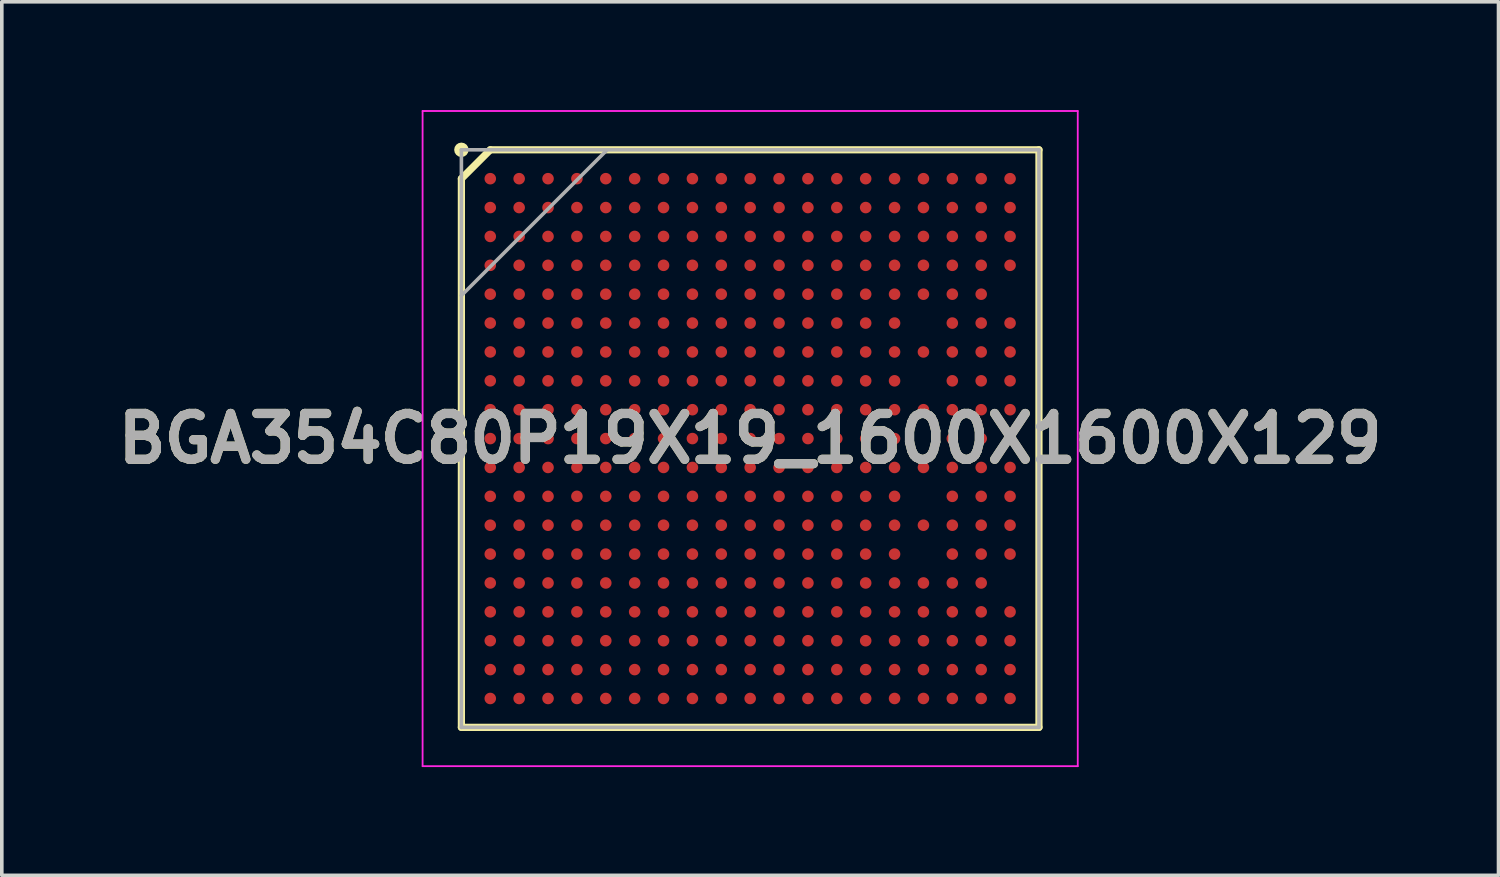
<source format=kicad_pcb>
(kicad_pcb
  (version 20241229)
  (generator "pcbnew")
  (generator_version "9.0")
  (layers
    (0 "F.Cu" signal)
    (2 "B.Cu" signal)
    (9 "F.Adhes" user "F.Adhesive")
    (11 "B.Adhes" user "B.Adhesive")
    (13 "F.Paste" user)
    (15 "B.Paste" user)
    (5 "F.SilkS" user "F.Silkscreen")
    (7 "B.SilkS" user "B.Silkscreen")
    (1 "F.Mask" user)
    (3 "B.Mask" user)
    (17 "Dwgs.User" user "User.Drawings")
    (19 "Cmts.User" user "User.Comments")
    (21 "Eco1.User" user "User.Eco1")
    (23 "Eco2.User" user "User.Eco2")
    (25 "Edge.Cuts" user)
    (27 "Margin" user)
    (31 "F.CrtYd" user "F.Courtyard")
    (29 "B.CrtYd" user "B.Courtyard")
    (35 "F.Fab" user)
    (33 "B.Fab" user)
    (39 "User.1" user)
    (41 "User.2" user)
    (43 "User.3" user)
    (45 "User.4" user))
  (footprint "BGA354C80P19X19_1600X1600X129"
    (layer "F.Cu")
    (at 17.732 9.1)
    (property "Reference" "BGA354C80P19X19_1600X1600X129" (at 0 0 0) (layer "F.SilkS") (effects (font (size 1.27 1.27) (thickness 0.254))))
    (attr smd)
    (fp_line (start -8 -7.2) (end -7.2 -8) (stroke (width 0.2) (type solid)) (layer "F.SilkS"))
    (fp_line (start -8 8) (end -8 -7.2) (stroke (width 0.2) (type solid)) (layer "F.SilkS"))
    (fp_line (start -7.2 -8) (end 8 -8) (stroke (width 0.2) (type solid)) (layer "F.SilkS"))
    (fp_line (start 8 -8) (end 8 8) (stroke (width 0.2) (type solid)) (layer "F.SilkS"))
    (fp_line (start 8 8) (end -8 8) (stroke (width 0.2) (type solid)) (layer "F.SilkS"))
    (fp_circle (center -8 -8) (end -8 -7.9) (stroke (width 0.2) (type solid)) (fill no) (layer "F.SilkS"))
    (fp_line (start -9.075 -9.075) (end 9.075 -9.075) (stroke (width 0.05) (type solid)) (layer "F.CrtYd"))
    (fp_line (start -9.075 9.075) (end -9.075 -9.075) (stroke (width 0.05) (type solid)) (layer "F.CrtYd"))
    (fp_line (start 9.075 -9.075) (end 9.075 9.075) (stroke (width 0.05) (type solid)) (layer "F.CrtYd"))
    (fp_line (start 9.075 9.075) (end -9.075 9.075) (stroke (width 0.05) (type solid)) (layer "F.CrtYd"))
    (fp_line (start -8 -8) (end 8 -8) (stroke (width 0.1) (type solid)) (layer "F.Fab"))
    (fp_line (start -8 -3.962) (end -3.962 -8) (stroke (width 0.1) (type solid)) (layer "F.Fab"))
    (fp_line (start -8 8) (end -8 -8) (stroke (width 0.1) (type solid)) (layer "F.Fab"))
    (fp_line (start 8 -8) (end 8 8) (stroke (width 0.1) (type solid)) (layer "F.Fab"))
    (fp_line (start 8 8) (end -8 8) (stroke (width 0.1) (type solid)) (layer "F.Fab"))
    (fp_text user "${REFERENCE}" (at 0 0 0) (layer "F.Fab") (effects (font (size 1.27 1.27) (thickness 0.254))))
    (pad "A1" smd circle (at -7.2 -7.2 90) (size 0.32 0.32) (layers "F.Cu" "F.Mask" "F.Paste"))
    (pad "A2" smd circle (at -6.4 -7.2 90) (size 0.32 0.32) (layers "F.Cu" "F.Mask" "F.Paste"))
    (pad "A3" smd circle (at -5.6 -7.2 90) (size 0.32 0.32) (layers "F.Cu" "F.Mask" "F.Paste"))
    (pad "A4" smd circle (at -4.8 -7.2 90) (size 0.32 0.32) (layers "F.Cu" "F.Mask" "F.Paste"))
    (pad "A5" smd circle (at -4 -7.2 90) (size 0.32 0.32) (layers "F.Cu" "F.Mask" "F.Paste"))
    (pad "A6" smd circle (at -3.2 -7.2 90) (size 0.32 0.32) (layers "F.Cu" "F.Mask" "F.Paste"))
    (pad "A7" smd circle (at -2.4 -7.2 90) (size 0.32 0.32) (layers "F.Cu" "F.Mask" "F.Paste"))
    (pad "A8" smd circle (at -1.6 -7.2 90) (size 0.32 0.32) (layers "F.Cu" "F.Mask" "F.Paste"))
    (pad "A9" smd circle (at -0.8 -7.2 90) (size 0.32 0.32) (layers "F.Cu" "F.Mask" "F.Paste"))
    (pad "A10" smd circle (at 0 -7.2 90) (size 0.32 0.32) (layers "F.Cu" "F.Mask" "F.Paste"))
    (pad "A11" smd circle (at 0.8 -7.2 90) (size 0.32 0.32) (layers "F.Cu" "F.Mask" "F.Paste"))
    (pad "A12" smd circle (at 1.6 -7.2 90) (size 0.32 0.32) (layers "F.Cu" "F.Mask" "F.Paste"))
    (pad "A13" smd circle (at 2.4 -7.2 90) (size 0.32 0.32) (layers "F.Cu" "F.Mask" "F.Paste"))
    (pad "A14" smd circle (at 3.2 -7.2 90) (size 0.32 0.32) (layers "F.Cu" "F.Mask" "F.Paste"))
    (pad "A15" smd circle (at 4 -7.2 90) (size 0.32 0.32) (layers "F.Cu" "F.Mask" "F.Paste"))
    (pad "A16" smd circle (at 4.8 -7.2 90) (size 0.32 0.32) (layers "F.Cu" "F.Mask" "F.Paste"))
    (pad "A17" smd circle (at 5.6 -7.2 90) (size 0.32 0.32) (layers "F.Cu" "F.Mask" "F.Paste"))
    (pad "A18" smd circle (at 6.4 -7.2 90) (size 0.32 0.32) (layers "F.Cu" "F.Mask" "F.Paste"))
    (pad "A19" smd circle (at 7.2 -7.2 90) (size 0.32 0.32) (layers "F.Cu" "F.Mask" "F.Paste"))
    (pad "B1" smd circle (at -7.2 -6.4 90) (size 0.32 0.32) (layers "F.Cu" "F.Mask" "F.Paste"))
    (pad "B2" smd circle (at -6.4 -6.4 90) (size 0.32 0.32) (layers "F.Cu" "F.Mask" "F.Paste"))
    (pad "B3" smd circle (at -5.6 -6.4 90) (size 0.32 0.32) (layers "F.Cu" "F.Mask" "F.Paste"))
    (pad "B4" smd circle (at -4.8 -6.4 90) (size 0.32 0.32) (layers "F.Cu" "F.Mask" "F.Paste"))
    (pad "B5" smd circle (at -4 -6.4 90) (size 0.32 0.32) (layers "F.Cu" "F.Mask" "F.Paste"))
    (pad "B6" smd circle (at -3.2 -6.4 90) (size 0.32 0.32) (layers "F.Cu" "F.Mask" "F.Paste"))
    (pad "B7" smd circle (at -2.4 -6.4 90) (size 0.32 0.32) (layers "F.Cu" "F.Mask" "F.Paste"))
    (pad "B8" smd circle (at -1.6 -6.4 90) (size 0.32 0.32) (layers "F.Cu" "F.Mask" "F.Paste"))
    (pad "B9" smd circle (at -0.8 -6.4 90) (size 0.32 0.32) (layers "F.Cu" "F.Mask" "F.Paste"))
    (pad "B10" smd circle (at 0 -6.4 90) (size 0.32 0.32) (layers "F.Cu" "F.Mask" "F.Paste"))
    (pad "B11" smd circle (at 0.8 -6.4 90) (size 0.32 0.32) (layers "F.Cu" "F.Mask" "F.Paste"))
    (pad "B12" smd circle (at 1.6 -6.4 90) (size 0.32 0.32) (layers "F.Cu" "F.Mask" "F.Paste"))
    (pad "B13" smd circle (at 2.4 -6.4 90) (size 0.32 0.32) (layers "F.Cu" "F.Mask" "F.Paste"))
    (pad "B14" smd circle (at 3.2 -6.4 90) (size 0.32 0.32) (layers "F.Cu" "F.Mask" "F.Paste"))
    (pad "B15" smd circle (at 4 -6.4 90) (size 0.32 0.32) (layers "F.Cu" "F.Mask" "F.Paste"))
    (pad "B16" smd circle (at 4.8 -6.4 90) (size 0.32 0.32) (layers "F.Cu" "F.Mask" "F.Paste"))
    (pad "B17" smd circle (at 5.6 -6.4 90) (size 0.32 0.32) (layers "F.Cu" "F.Mask" "F.Paste"))
    (pad "B18" smd circle (at 6.4 -6.4 90) (size 0.32 0.32) (layers "F.Cu" "F.Mask" "F.Paste"))
    (pad "B19" smd circle (at 7.2 -6.4 90) (size 0.32 0.32) (layers "F.Cu" "F.Mask" "F.Paste"))
    (pad "C1" smd circle (at -7.2 -5.6 90) (size 0.32 0.32) (layers "F.Cu" "F.Mask" "F.Paste"))
    (pad "C2" smd circle (at -6.4 -5.6 90) (size 0.32 0.32) (layers "F.Cu" "F.Mask" "F.Paste"))
    (pad "C3" smd circle (at -5.6 -5.6 90) (size 0.32 0.32) (layers "F.Cu" "F.Mask" "F.Paste"))
    (pad "C4" smd circle (at -4.8 -5.6 90) (size 0.32 0.32) (layers "F.Cu" "F.Mask" "F.Paste"))
    (pad "C5" smd circle (at -4 -5.6 90) (size 0.32 0.32) (layers "F.Cu" "F.Mask" "F.Paste"))
    (pad "C6" smd circle (at -3.2 -5.6 90) (size 0.32 0.32) (layers "F.Cu" "F.Mask" "F.Paste"))
    (pad "C7" smd circle (at -2.4 -5.6 90) (size 0.32 0.32) (layers "F.Cu" "F.Mask" "F.Paste"))
    (pad "C8" smd circle (at -1.6 -5.6 90) (size 0.32 0.32) (layers "F.Cu" "F.Mask" "F.Paste"))
    (pad "C9" smd circle (at -0.8 -5.6 90) (size 0.32 0.32) (layers "F.Cu" "F.Mask" "F.Paste"))
    (pad "C10" smd circle (at 0 -5.6 90) (size 0.32 0.32) (layers "F.Cu" "F.Mask" "F.Paste"))
    (pad "C11" smd circle (at 0.8 -5.6 90) (size 0.32 0.32) (layers "F.Cu" "F.Mask" "F.Paste"))
    (pad "C12" smd circle (at 1.6 -5.6 90) (size 0.32 0.32) (layers "F.Cu" "F.Mask" "F.Paste"))
    (pad "C13" smd circle (at 2.4 -5.6 90) (size 0.32 0.32) (layers "F.Cu" "F.Mask" "F.Paste"))
    (pad "C14" smd circle (at 3.2 -5.6 90) (size 0.32 0.32) (layers "F.Cu" "F.Mask" "F.Paste"))
    (pad "C15" smd circle (at 4 -5.6 90) (size 0.32 0.32) (layers "F.Cu" "F.Mask" "F.Paste"))
    (pad "C16" smd circle (at 4.8 -5.6 90) (size 0.32 0.32) (layers "F.Cu" "F.Mask" "F.Paste"))
    (pad "C17" smd circle (at 5.6 -5.6 90) (size 0.32 0.32) (layers "F.Cu" "F.Mask" "F.Paste"))
    (pad "C18" smd circle (at 6.4 -5.6 90) (size 0.32 0.32) (layers "F.Cu" "F.Mask" "F.Paste"))
    (pad "C19" smd circle (at 7.2 -5.6 90) (size 0.32 0.32) (layers "F.Cu" "F.Mask" "F.Paste"))
    (pad "D1" smd circle (at -7.2 -4.8 90) (size 0.32 0.32) (layers "F.Cu" "F.Mask" "F.Paste"))
    (pad "D2" smd circle (at -6.4 -4.8 90) (size 0.32 0.32) (layers "F.Cu" "F.Mask" "F.Paste"))
    (pad "D3" smd circle (at -5.6 -4.8 90) (size 0.32 0.32) (layers "F.Cu" "F.Mask" "F.Paste"))
    (pad "D4" smd circle (at -4.8 -4.8 90) (size 0.32 0.32) (layers "F.Cu" "F.Mask" "F.Paste"))
    (pad "D5" smd circle (at -4 -4.8 90) (size 0.32 0.32) (layers "F.Cu" "F.Mask" "F.Paste"))
    (pad "D6" smd circle (at -3.2 -4.8 90) (size 0.32 0.32) (layers "F.Cu" "F.Mask" "F.Paste"))
    (pad "D7" smd circle (at -2.4 -4.8 90) (size 0.32 0.32) (layers "F.Cu" "F.Mask" "F.Paste"))
    (pad "D8" smd circle (at -1.6 -4.8 90) (size 0.32 0.32) (layers "F.Cu" "F.Mask" "F.Paste"))
    (pad "D9" smd circle (at -0.8 -4.8 90) (size 0.32 0.32) (layers "F.Cu" "F.Mask" "F.Paste"))
    (pad "D10" smd circle (at 0 -4.8 90) (size 0.32 0.32) (layers "F.Cu" "F.Mask" "F.Paste"))
    (pad "D11" smd circle (at 0.8 -4.8 90) (size 0.32 0.32) (layers "F.Cu" "F.Mask" "F.Paste"))
    (pad "D12" smd circle (at 1.6 -4.8 90) (size 0.32 0.32) (layers "F.Cu" "F.Mask" "F.Paste"))
    (pad "D13" smd circle (at 2.4 -4.8 90) (size 0.32 0.32) (layers "F.Cu" "F.Mask" "F.Paste"))
    (pad "D14" smd circle (at 3.2 -4.8 90) (size 0.32 0.32) (layers "F.Cu" "F.Mask" "F.Paste"))
    (pad "D15" smd circle (at 4 -4.8 90) (size 0.32 0.32) (layers "F.Cu" "F.Mask" "F.Paste"))
    (pad "D16" smd circle (at 4.8 -4.8 90) (size 0.32 0.32) (layers "F.Cu" "F.Mask" "F.Paste"))
    (pad "D17" smd circle (at 5.6 -4.8 90) (size 0.32 0.32) (layers "F.Cu" "F.Mask" "F.Paste"))
    (pad "D18" smd circle (at 6.4 -4.8 90) (size 0.32 0.32) (layers "F.Cu" "F.Mask" "F.Paste"))
    (pad "D19" smd circle (at 7.2 -4.8 90) (size 0.32 0.32) (layers "F.Cu" "F.Mask" "F.Paste"))
    (pad "E1" smd circle (at -7.2 -4 90) (size 0.32 0.32) (layers "F.Cu" "F.Mask" "F.Paste"))
    (pad "E2" smd circle (at -6.4 -4 90) (size 0.32 0.32) (layers "F.Cu" "F.Mask" "F.Paste"))
    (pad "E3" smd circle (at -5.6 -4 90) (size 0.32 0.32) (layers "F.Cu" "F.Mask" "F.Paste"))
    (pad "E4" smd circle (at -4.8 -4 90) (size 0.32 0.32) (layers "F.Cu" "F.Mask" "F.Paste"))
    (pad "E5" smd circle (at -4 -4 90) (size 0.32 0.32) (layers "F.Cu" "F.Mask" "F.Paste"))
    (pad "E6" smd circle (at -3.2 -4 90) (size 0.32 0.32) (layers "F.Cu" "F.Mask" "F.Paste"))
    (pad "E7" smd circle (at -2.4 -4 90) (size 0.32 0.32) (layers "F.Cu" "F.Mask" "F.Paste"))
    (pad "E8" smd circle (at -1.6 -4 90) (size 0.32 0.32) (layers "F.Cu" "F.Mask" "F.Paste"))
    (pad "E9" smd circle (at -0.8 -4 90) (size 0.32 0.32) (layers "F.Cu" "F.Mask" "F.Paste"))
    (pad "E10" smd circle (at 0 -4 90) (size 0.32 0.32) (layers "F.Cu" "F.Mask" "F.Paste"))
    (pad "E11" smd circle (at 0.8 -4 90) (size 0.32 0.32) (layers "F.Cu" "F.Mask" "F.Paste"))
    (pad "E12" smd circle (at 1.6 -4 90) (size 0.32 0.32) (layers "F.Cu" "F.Mask" "F.Paste"))
    (pad "E13" smd circle (at 2.4 -4 90) (size 0.32 0.32) (layers "F.Cu" "F.Mask" "F.Paste"))
    (pad "E14" smd circle (at 3.2 -4 90) (size 0.32 0.32) (layers "F.Cu" "F.Mask" "F.Paste"))
    (pad "E15" smd circle (at 4 -4 90) (size 0.32 0.32) (layers "F.Cu" "F.Mask" "F.Paste"))
    (pad "E16" smd circle (at 4.8 -4 90) (size 0.32 0.32) (layers "F.Cu" "F.Mask" "F.Paste"))
    (pad "E17" smd circle (at 5.6 -4 90) (size 0.32 0.32) (layers "F.Cu" "F.Mask" "F.Paste"))
    (pad "E18" smd circle (at 6.4 -4 90) (size 0.32 0.32) (layers "F.Cu" "F.Mask" "F.Paste"))
    (pad "F1" smd circle (at -7.2 -3.2 90) (size 0.32 0.32) (layers "F.Cu" "F.Mask" "F.Paste"))
    (pad "F2" smd circle (at -6.4 -3.2 90) (size 0.32 0.32) (layers "F.Cu" "F.Mask" "F.Paste"))
    (pad "F3" smd circle (at -5.6 -3.2 90) (size 0.32 0.32) (layers "F.Cu" "F.Mask" "F.Paste"))
    (pad "F4" smd circle (at -4.8 -3.2 90) (size 0.32 0.32) (layers "F.Cu" "F.Mask" "F.Paste"))
    (pad "F5" smd circle (at -4 -3.2 90) (size 0.32 0.32) (layers "F.Cu" "F.Mask" "F.Paste"))
    (pad "F6" smd circle (at -3.2 -3.2 90) (size 0.32 0.32) (layers "F.Cu" "F.Mask" "F.Paste"))
    (pad "F7" smd circle (at -2.4 -3.2 90) (size 0.32 0.32) (layers "F.Cu" "F.Mask" "F.Paste"))
    (pad "F8" smd circle (at -1.6 -3.2 90) (size 0.32 0.32) (layers "F.Cu" "F.Mask" "F.Paste"))
    (pad "F9" smd circle (at -0.8 -3.2 90) (size 0.32 0.32) (layers "F.Cu" "F.Mask" "F.Paste"))
    (pad "F10" smd circle (at 0 -3.2 90) (size 0.32 0.32) (layers "F.Cu" "F.Mask" "F.Paste"))
    (pad "F11" smd circle (at 0.8 -3.2 90) (size 0.32 0.32) (layers "F.Cu" "F.Mask" "F.Paste"))
    (pad "F12" smd circle (at 1.6 -3.2 90) (size 0.32 0.32) (layers "F.Cu" "F.Mask" "F.Paste"))
    (pad "F13" smd circle (at 2.4 -3.2 90) (size 0.32 0.32) (layers "F.Cu" "F.Mask" "F.Paste"))
    (pad "F14" smd circle (at 3.2 -3.2 90) (size 0.32 0.32) (layers "F.Cu" "F.Mask" "F.Paste"))
    (pad "F15" smd circle (at 4 -3.2 90) (size 0.32 0.32) (layers "F.Cu" "F.Mask" "F.Paste"))
    (pad "F17" smd circle (at 5.6 -3.2 90) (size 0.32 0.32) (layers "F.Cu" "F.Mask" "F.Paste"))
    (pad "F18" smd circle (at 6.4 -3.2 90) (size 0.32 0.32) (layers "F.Cu" "F.Mask" "F.Paste"))
    (pad "F19" smd circle (at 7.2 -3.2 90) (size 0.32 0.32) (layers "F.Cu" "F.Mask" "F.Paste"))
    (pad "G1" smd circle (at -7.2 -2.4 90) (size 0.32 0.32) (layers "F.Cu" "F.Mask" "F.Paste"))
    (pad "G2" smd circle (at -6.4 -2.4 90) (size 0.32 0.32) (layers "F.Cu" "F.Mask" "F.Paste"))
    (pad "G3" smd circle (at -5.6 -2.4 90) (size 0.32 0.32) (layers "F.Cu" "F.Mask" "F.Paste"))
    (pad "G4" smd circle (at -4.8 -2.4 90) (size 0.32 0.32) (layers "F.Cu" "F.Mask" "F.Paste"))
    (pad "G5" smd circle (at -4 -2.4 90) (size 0.32 0.32) (layers "F.Cu" "F.Mask" "F.Paste"))
    (pad "G6" smd circle (at -3.2 -2.4 90) (size 0.32 0.32) (layers "F.Cu" "F.Mask" "F.Paste"))
    (pad "G7" smd circle (at -2.4 -2.4 90) (size 0.32 0.32) (layers "F.Cu" "F.Mask" "F.Paste"))
    (pad "G8" smd circle (at -1.6 -2.4 90) (size 0.32 0.32) (layers "F.Cu" "F.Mask" "F.Paste"))
    (pad "G9" smd circle (at -0.8 -2.4 90) (size 0.32 0.32) (layers "F.Cu" "F.Mask" "F.Paste"))
    (pad "G10" smd circle (at 0 -2.4 90) (size 0.32 0.32) (layers "F.Cu" "F.Mask" "F.Paste"))
    (pad "G11" smd circle (at 0.8 -2.4 90) (size 0.32 0.32) (layers "F.Cu" "F.Mask" "F.Paste"))
    (pad "G12" smd circle (at 1.6 -2.4 90) (size 0.32 0.32) (layers "F.Cu" "F.Mask" "F.Paste"))
    (pad "G13" smd circle (at 2.4 -2.4 90) (size 0.32 0.32) (layers "F.Cu" "F.Mask" "F.Paste"))
    (pad "G14" smd circle (at 3.2 -2.4 90) (size 0.32 0.32) (layers "F.Cu" "F.Mask" "F.Paste"))
    (pad "G15" smd circle (at 4 -2.4 90) (size 0.32 0.32) (layers "F.Cu" "F.Mask" "F.Paste"))
    (pad "G16" smd circle (at 4.8 -2.4 90) (size 0.32 0.32) (layers "F.Cu" "F.Mask" "F.Paste"))
    (pad "G17" smd circle (at 5.6 -2.4 90) (size 0.32 0.32) (layers "F.Cu" "F.Mask" "F.Paste"))
    (pad "G18" smd circle (at 6.4 -2.4 90) (size 0.32 0.32) (layers "F.Cu" "F.Mask" "F.Paste"))
    (pad "G19" smd circle (at 7.2 -2.4 90) (size 0.32 0.32) (layers "F.Cu" "F.Mask" "F.Paste"))
    (pad "H1" smd circle (at -7.2 -1.6 90) (size 0.32 0.32) (layers "F.Cu" "F.Mask" "F.Paste"))
    (pad "H2" smd circle (at -6.4 -1.6 90) (size 0.32 0.32) (layers "F.Cu" "F.Mask" "F.Paste"))
    (pad "H3" smd circle (at -5.6 -1.6 90) (size 0.32 0.32) (layers "F.Cu" "F.Mask" "F.Paste"))
    (pad "H4" smd circle (at -4.8 -1.6 90) (size 0.32 0.32) (layers "F.Cu" "F.Mask" "F.Paste"))
    (pad "H5" smd circle (at -4 -1.6 90) (size 0.32 0.32) (layers "F.Cu" "F.Mask" "F.Paste"))
    (pad "H6" smd circle (at -3.2 -1.6 90) (size 0.32 0.32) (layers "F.Cu" "F.Mask" "F.Paste"))
    (pad "H7" smd circle (at -2.4 -1.6 90) (size 0.32 0.32) (layers "F.Cu" "F.Mask" "F.Paste"))
    (pad "H8" smd circle (at -1.6 -1.6 90) (size 0.32 0.32) (layers "F.Cu" "F.Mask" "F.Paste"))
    (pad "H9" smd circle (at -0.8 -1.6 90) (size 0.32 0.32) (layers "F.Cu" "F.Mask" "F.Paste"))
    (pad "H10" smd circle (at 0 -1.6 90) (size 0.32 0.32) (layers "F.Cu" "F.Mask" "F.Paste"))
    (pad "H11" smd circle (at 0.8 -1.6 90) (size 0.32 0.32) (layers "F.Cu" "F.Mask" "F.Paste"))
    (pad "H12" smd circle (at 1.6 -1.6 90) (size 0.32 0.32) (layers "F.Cu" "F.Mask" "F.Paste"))
    (pad "H13" smd circle (at 2.4 -1.6 90) (size 0.32 0.32) (layers "F.Cu" "F.Mask" "F.Paste"))
    (pad "H14" smd circle (at 3.2 -1.6 90) (size 0.32 0.32) (layers "F.Cu" "F.Mask" "F.Paste"))
    (pad "H15" smd circle (at 4 -1.6 90) (size 0.32 0.32) (layers "F.Cu" "F.Mask" "F.Paste"))
    (pad "H17" smd circle (at 5.6 -1.6 90) (size 0.32 0.32) (layers "F.Cu" "F.Mask" "F.Paste"))
    (pad "H18" smd circle (at 6.4 -1.6 90) (size 0.32 0.32) (layers "F.Cu" "F.Mask" "F.Paste"))
    (pad "H19" smd circle (at 7.2 -1.6 90) (size 0.32 0.32) (layers "F.Cu" "F.Mask" "F.Paste"))
    (pad "J1" smd circle (at -7.2 -0.8 90) (size 0.32 0.32) (layers "F.Cu" "F.Mask" "F.Paste"))
    (pad "J2" smd circle (at -6.4 -0.8 90) (size 0.32 0.32) (layers "F.Cu" "F.Mask" "F.Paste"))
    (pad "J3" smd circle (at -5.6 -0.8 90) (size 0.32 0.32) (layers "F.Cu" "F.Mask" "F.Paste"))
    (pad "J4" smd circle (at -4.8 -0.8 90) (size 0.32 0.32) (layers "F.Cu" "F.Mask" "F.Paste"))
    (pad "J5" smd circle (at -4 -0.8 90) (size 0.32 0.32) (layers "F.Cu" "F.Mask" "F.Paste"))
    (pad "J6" smd circle (at -3.2 -0.8 90) (size 0.32 0.32) (layers "F.Cu" "F.Mask" "F.Paste"))
    (pad "J7" smd circle (at -2.4 -0.8 90) (size 0.32 0.32) (layers "F.Cu" "F.Mask" "F.Paste"))
    (pad "J8" smd circle (at -1.6 -0.8 90) (size 0.32 0.32) (layers "F.Cu" "F.Mask" "F.Paste"))
    (pad "J9" smd circle (at -0.8 -0.8 90) (size 0.32 0.32) (layers "F.Cu" "F.Mask" "F.Paste"))
    (pad "J10" smd circle (at 0 -0.8 90) (size 0.32 0.32) (layers "F.Cu" "F.Mask" "F.Paste"))
    (pad "J11" smd circle (at 0.8 -0.8 90) (size 0.32 0.32) (layers "F.Cu" "F.Mask" "F.Paste"))
    (pad "J12" smd circle (at 1.6 -0.8 90) (size 0.32 0.32) (layers "F.Cu" "F.Mask" "F.Paste"))
    (pad "J13" smd circle (at 2.4 -0.8 90) (size 0.32 0.32) (layers "F.Cu" "F.Mask" "F.Paste"))
    (pad "J14" smd circle (at 3.2 -0.8 90) (size 0.32 0.32) (layers "F.Cu" "F.Mask" "F.Paste"))
    (pad "J15" smd circle (at 4 -0.8 90) (size 0.32 0.32) (layers "F.Cu" "F.Mask" "F.Paste"))
    (pad "J16" smd circle (at 4.8 -0.8 90) (size 0.32 0.32) (layers "F.Cu" "F.Mask" "F.Paste"))
    (pad "J17" smd circle (at 5.6 -0.8 90) (size 0.32 0.32) (layers "F.Cu" "F.Mask" "F.Paste"))
    (pad "J18" smd circle (at 6.4 -0.8 90) (size 0.32 0.32) (layers "F.Cu" "F.Mask" "F.Paste"))
    (pad "J19" smd circle (at 7.2 -0.8 90) (size 0.32 0.32) (layers "F.Cu" "F.Mask" "F.Paste"))
    (pad "K1" smd circle (at -7.2 0 90) (size 0.32 0.32) (layers "F.Cu" "F.Mask" "F.Paste"))
    (pad "K2" smd circle (at -6.4 0 90) (size 0.32 0.32) (layers "F.Cu" "F.Mask" "F.Paste"))
    (pad "K3" smd circle (at -5.6 0 90) (size 0.32 0.32) (layers "F.Cu" "F.Mask" "F.Paste"))
    (pad "K4" smd circle (at -4.8 0 90) (size 0.32 0.32) (layers "F.Cu" "F.Mask" "F.Paste"))
    (pad "K5" smd circle (at -4 0 90) (size 0.32 0.32) (layers "F.Cu" "F.Mask" "F.Paste"))
    (pad "K6" smd circle (at -3.2 0 90) (size 0.32 0.32) (layers "F.Cu" "F.Mask" "F.Paste"))
    (pad "K7" smd circle (at -2.4 0 90) (size 0.32 0.32) (layers "F.Cu" "F.Mask" "F.Paste"))
    (pad "K8" smd circle (at -1.6 0 90) (size 0.32 0.32) (layers "F.Cu" "F.Mask" "F.Paste"))
    (pad "K9" smd circle (at -0.8 0 90) (size 0.32 0.32) (layers "F.Cu" "F.Mask" "F.Paste"))
    (pad "K10" smd circle (at 0 0 90) (size 0.32 0.32) (layers "F.Cu" "F.Mask" "F.Paste"))
    (pad "K11" smd circle (at 0.8 0 90) (size 0.32 0.32) (layers "F.Cu" "F.Mask" "F.Paste"))
    (pad "K12" smd circle (at 1.6 0 90) (size 0.32 0.32) (layers "F.Cu" "F.Mask" "F.Paste"))
    (pad "K13" smd circle (at 2.4 0 90) (size 0.32 0.32) (layers "F.Cu" "F.Mask" "F.Paste"))
    (pad "K14" smd circle (at 3.2 0 90) (size 0.32 0.32) (layers "F.Cu" "F.Mask" "F.Paste"))
    (pad "K15" smd circle (at 4 0 90) (size 0.32 0.32) (layers "F.Cu" "F.Mask" "F.Paste"))
    (pad "K17" smd circle (at 5.6 0 90) (size 0.32 0.32) (layers "F.Cu" "F.Mask" "F.Paste"))
    (pad "K18" smd circle (at 6.4 0 90) (size 0.32 0.32) (layers "F.Cu" "F.Mask" "F.Paste"))
    (pad "K19" smd circle (at 7.2 0 90) (size 0.32 0.32) (layers "F.Cu" "F.Mask" "F.Paste"))
    (pad "L1" smd circle (at -7.2 0.8 90) (size 0.32 0.32) (layers "F.Cu" "F.Mask" "F.Paste"))
    (pad "L2" smd circle (at -6.4 0.8 90) (size 0.32 0.32) (layers "F.Cu" "F.Mask" "F.Paste"))
    (pad "L3" smd circle (at -5.6 0.8 90) (size 0.32 0.32) (layers "F.Cu" "F.Mask" "F.Paste"))
    (pad "L4" smd circle (at -4.8 0.8 90) (size 0.32 0.32) (layers "F.Cu" "F.Mask" "F.Paste"))
    (pad "L5" smd circle (at -4 0.8 90) (size 0.32 0.32) (layers "F.Cu" "F.Mask" "F.Paste"))
    (pad "L6" smd circle (at -3.2 0.8 90) (size 0.32 0.32) (layers "F.Cu" "F.Mask" "F.Paste"))
    (pad "L7" smd circle (at -2.4 0.8 90) (size 0.32 0.32) (layers "F.Cu" "F.Mask" "F.Paste"))
    (pad "L8" smd circle (at -1.6 0.8 90) (size 0.32 0.32) (layers "F.Cu" "F.Mask" "F.Paste"))
    (pad "L9" smd circle (at -0.8 0.8 90) (size 0.32 0.32) (layers "F.Cu" "F.Mask" "F.Paste"))
    (pad "L10" smd circle (at 0 0.8 90) (size 0.32 0.32) (layers "F.Cu" "F.Mask" "F.Paste"))
    (pad "L11" smd circle (at 0.8 0.8 90) (size 0.32 0.32) (layers "F.Cu" "F.Mask" "F.Paste"))
    (pad "L12" smd circle (at 1.6 0.8 90) (size 0.32 0.32) (layers "F.Cu" "F.Mask" "F.Paste"))
    (pad "L13" smd circle (at 2.4 0.8 90) (size 0.32 0.32) (layers "F.Cu" "F.Mask" "F.Paste"))
    (pad "L14" smd circle (at 3.2 0.8 90) (size 0.32 0.32) (layers "F.Cu" "F.Mask" "F.Paste"))
    (pad "L15" smd circle (at 4 0.8 90) (size 0.32 0.32) (layers "F.Cu" "F.Mask" "F.Paste"))
    (pad "L16" smd circle (at 4.8 0.8 90) (size 0.32 0.32) (layers "F.Cu" "F.Mask" "F.Paste"))
    (pad "L17" smd circle (at 5.6 0.8 90) (size 0.32 0.32) (layers "F.Cu" "F.Mask" "F.Paste"))
    (pad "L18" smd circle (at 6.4 0.8 90) (size 0.32 0.32) (layers "F.Cu" "F.Mask" "F.Paste"))
    (pad "L19" smd circle (at 7.2 0.8 90) (size 0.32 0.32) (layers "F.Cu" "F.Mask" "F.Paste"))
    (pad "M1" smd circle (at -7.2 1.6 90) (size 0.32 0.32) (layers "F.Cu" "F.Mask" "F.Paste"))
    (pad "M2" smd circle (at -6.4 1.6 90) (size 0.32 0.32) (layers "F.Cu" "F.Mask" "F.Paste"))
    (pad "M3" smd circle (at -5.6 1.6 90) (size 0.32 0.32) (layers "F.Cu" "F.Mask" "F.Paste"))
    (pad "M4" smd circle (at -4.8 1.6 90) (size 0.32 0.32) (layers "F.Cu" "F.Mask" "F.Paste"))
    (pad "M5" smd circle (at -4 1.6 90) (size 0.32 0.32) (layers "F.Cu" "F.Mask" "F.Paste"))
    (pad "M6" smd circle (at -3.2 1.6 90) (size 0.32 0.32) (layers "F.Cu" "F.Mask" "F.Paste"))
    (pad "M7" smd circle (at -2.4 1.6 90) (size 0.32 0.32) (layers "F.Cu" "F.Mask" "F.Paste"))
    (pad "M8" smd circle (at -1.6 1.6 90) (size 0.32 0.32) (layers "F.Cu" "F.Mask" "F.Paste"))
    (pad "M9" smd circle (at -0.8 1.6 90) (size 0.32 0.32) (layers "F.Cu" "F.Mask" "F.Paste"))
    (pad "M10" smd circle (at 0 1.6 90) (size 0.32 0.32) (layers "F.Cu" "F.Mask" "F.Paste"))
    (pad "M11" smd circle (at 0.8 1.6 90) (size 0.32 0.32) (layers "F.Cu" "F.Mask" "F.Paste"))
    (pad "M12" smd circle (at 1.6 1.6 90) (size 0.32 0.32) (layers "F.Cu" "F.Mask" "F.Paste"))
    (pad "M13" smd circle (at 2.4 1.6 90) (size 0.32 0.32) (layers "F.Cu" "F.Mask" "F.Paste"))
    (pad "M14" smd circle (at 3.2 1.6 90) (size 0.32 0.32) (layers "F.Cu" "F.Mask" "F.Paste"))
    (pad "M15" smd circle (at 4 1.6 90) (size 0.32 0.32) (layers "F.Cu" "F.Mask" "F.Paste"))
    (pad "M17" smd circle (at 5.6 1.6 90) (size 0.32 0.32) (layers "F.Cu" "F.Mask" "F.Paste"))
    (pad "M18" smd circle (at 6.4 1.6 90) (size 0.32 0.32) (layers "F.Cu" "F.Mask" "F.Paste"))
    (pad "M19" smd circle (at 7.2 1.6 90) (size 0.32 0.32) (layers "F.Cu" "F.Mask" "F.Paste"))
    (pad "N1" smd circle (at -7.2 2.4 90) (size 0.32 0.32) (layers "F.Cu" "F.Mask" "F.Paste"))
    (pad "N2" smd circle (at -6.4 2.4 90) (size 0.32 0.32) (layers "F.Cu" "F.Mask" "F.Paste"))
    (pad "N3" smd circle (at -5.6 2.4 90) (size 0.32 0.32) (layers "F.Cu" "F.Mask" "F.Paste"))
    (pad "N4" smd circle (at -4.8 2.4 90) (size 0.32 0.32) (layers "F.Cu" "F.Mask" "F.Paste"))
    (pad "N5" smd circle (at -4 2.4 90) (size 0.32 0.32) (layers "F.Cu" "F.Mask" "F.Paste"))
    (pad "N6" smd circle (at -3.2 2.4 90) (size 0.32 0.32) (layers "F.Cu" "F.Mask" "F.Paste"))
    (pad "N7" smd circle (at -2.4 2.4 90) (size 0.32 0.32) (layers "F.Cu" "F.Mask" "F.Paste"))
    (pad "N8" smd circle (at -1.6 2.4 90) (size 0.32 0.32) (layers "F.Cu" "F.Mask" "F.Paste"))
    (pad "N9" smd circle (at -0.8 2.4 90) (size 0.32 0.32) (layers "F.Cu" "F.Mask" "F.Paste"))
    (pad "N10" smd circle (at 0 2.4 90) (size 0.32 0.32) (layers "F.Cu" "F.Mask" "F.Paste"))
    (pad "N11" smd circle (at 0.8 2.4 90) (size 0.32 0.32) (layers "F.Cu" "F.Mask" "F.Paste"))
    (pad "N12" smd circle (at 1.6 2.4 90) (size 0.32 0.32) (layers "F.Cu" "F.Mask" "F.Paste"))
    (pad "N13" smd circle (at 2.4 2.4 90) (size 0.32 0.32) (layers "F.Cu" "F.Mask" "F.Paste"))
    (pad "N14" smd circle (at 3.2 2.4 90) (size 0.32 0.32) (layers "F.Cu" "F.Mask" "F.Paste"))
    (pad "N15" smd circle (at 4 2.4 90) (size 0.32 0.32) (layers "F.Cu" "F.Mask" "F.Paste"))
    (pad "N16" smd circle (at 4.8 2.4 90) (size 0.32 0.32) (layers "F.Cu" "F.Mask" "F.Paste"))
    (pad "N17" smd circle (at 5.6 2.4 90) (size 0.32 0.32) (layers "F.Cu" "F.Mask" "F.Paste"))
    (pad "N18" smd circle (at 6.4 2.4 90) (size 0.32 0.32) (layers "F.Cu" "F.Mask" "F.Paste"))
    (pad "N19" smd circle (at 7.2 2.4 90) (size 0.32 0.32) (layers "F.Cu" "F.Mask" "F.Paste"))
    (pad "P1" smd circle (at -7.2 3.2 90) (size 0.32 0.32) (layers "F.Cu" "F.Mask" "F.Paste"))
    (pad "P2" smd circle (at -6.4 3.2 90) (size 0.32 0.32) (layers "F.Cu" "F.Mask" "F.Paste"))
    (pad "P3" smd circle (at -5.6 3.2 90) (size 0.32 0.32) (layers "F.Cu" "F.Mask" "F.Paste"))
    (pad "P4" smd circle (at -4.8 3.2 90) (size 0.32 0.32) (layers "F.Cu" "F.Mask" "F.Paste"))
    (pad "P5" smd circle (at -4 3.2 90) (size 0.32 0.32) (layers "F.Cu" "F.Mask" "F.Paste"))
    (pad "P6" smd circle (at -3.2 3.2 90) (size 0.32 0.32) (layers "F.Cu" "F.Mask" "F.Paste"))
    (pad "P7" smd circle (at -2.4 3.2 90) (size 0.32 0.32) (layers "F.Cu" "F.Mask" "F.Paste"))
    (pad "P8" smd circle (at -1.6 3.2 90) (size 0.32 0.32) (layers "F.Cu" "F.Mask" "F.Paste"))
    (pad "P9" smd circle (at -0.8 3.2 90) (size 0.32 0.32) (layers "F.Cu" "F.Mask" "F.Paste"))
    (pad "P10" smd circle (at 0 3.2 90) (size 0.32 0.32) (layers "F.Cu" "F.Mask" "F.Paste"))
    (pad "P11" smd circle (at 0.8 3.2 90) (size 0.32 0.32) (layers "F.Cu" "F.Mask" "F.Paste"))
    (pad "P12" smd circle (at 1.6 3.2 90) (size 0.32 0.32) (layers "F.Cu" "F.Mask" "F.Paste"))
    (pad "P13" smd circle (at 2.4 3.2 90) (size 0.32 0.32) (layers "F.Cu" "F.Mask" "F.Paste"))
    (pad "P14" smd circle (at 3.2 3.2 90) (size 0.32 0.32) (layers "F.Cu" "F.Mask" "F.Paste"))
    (pad "P15" smd circle (at 4 3.2 90) (size 0.32 0.32) (layers "F.Cu" "F.Mask" "F.Paste"))
    (pad "P17" smd circle (at 5.6 3.2 90) (size 0.32 0.32) (layers "F.Cu" "F.Mask" "F.Paste"))
    (pad "P18" smd circle (at 6.4 3.2 90) (size 0.32 0.32) (layers "F.Cu" "F.Mask" "F.Paste"))
    (pad "P19" smd circle (at 7.2 3.2 90) (size 0.32 0.32) (layers "F.Cu" "F.Mask" "F.Paste"))
    (pad "R1" smd circle (at -7.2 4 90) (size 0.32 0.32) (layers "F.Cu" "F.Mask" "F.Paste"))
    (pad "R2" smd circle (at -6.4 4 90) (size 0.32 0.32) (layers "F.Cu" "F.Mask" "F.Paste"))
    (pad "R3" smd circle (at -5.6 4 90) (size 0.32 0.32) (layers "F.Cu" "F.Mask" "F.Paste"))
    (pad "R4" smd circle (at -4.8 4 90) (size 0.32 0.32) (layers "F.Cu" "F.Mask" "F.Paste"))
    (pad "R5" smd circle (at -4 4 90) (size 0.32 0.32) (layers "F.Cu" "F.Mask" "F.Paste"))
    (pad "R6" smd circle (at -3.2 4 90) (size 0.32 0.32) (layers "F.Cu" "F.Mask" "F.Paste"))
    (pad "R7" smd circle (at -2.4 4 90) (size 0.32 0.32) (layers "F.Cu" "F.Mask" "F.Paste"))
    (pad "R8" smd circle (at -1.6 4 90) (size 0.32 0.32) (layers "F.Cu" "F.Mask" "F.Paste"))
    (pad "R9" smd circle (at -0.8 4 90) (size 0.32 0.32) (layers "F.Cu" "F.Mask" "F.Paste"))
    (pad "R10" smd circle (at 0 4 90) (size 0.32 0.32) (layers "F.Cu" "F.Mask" "F.Paste"))
    (pad "R11" smd circle (at 0.8 4 90) (size 0.32 0.32) (layers "F.Cu" "F.Mask" "F.Paste"))
    (pad "R12" smd circle (at 1.6 4 90) (size 0.32 0.32) (layers "F.Cu" "F.Mask" "F.Paste"))
    (pad "R13" smd circle (at 2.4 4 90) (size 0.32 0.32) (layers "F.Cu" "F.Mask" "F.Paste"))
    (pad "R14" smd circle (at 3.2 4 90) (size 0.32 0.32) (layers "F.Cu" "F.Mask" "F.Paste"))
    (pad "R15" smd circle (at 4 4 90) (size 0.32 0.32) (layers "F.Cu" "F.Mask" "F.Paste"))
    (pad "R16" smd circle (at 4.8 4 90) (size 0.32 0.32) (layers "F.Cu" "F.Mask" "F.Paste"))
    (pad "R17" smd circle (at 5.6 4 90) (size 0.32 0.32) (layers "F.Cu" "F.Mask" "F.Paste"))
    (pad "R18" smd circle (at 6.4 4 90) (size 0.32 0.32) (layers "F.Cu" "F.Mask" "F.Paste"))
    (pad "T1" smd circle (at -7.2 4.8 90) (size 0.32 0.32) (layers "F.Cu" "F.Mask" "F.Paste"))
    (pad "T2" smd circle (at -6.4 4.8 90) (size 0.32 0.32) (layers "F.Cu" "F.Mask" "F.Paste"))
    (pad "T3" smd circle (at -5.6 4.8 90) (size 0.32 0.32) (layers "F.Cu" "F.Mask" "F.Paste"))
    (pad "T4" smd circle (at -4.8 4.8 90) (size 0.32 0.32) (layers "F.Cu" "F.Mask" "F.Paste"))
    (pad "T5" smd circle (at -4 4.8 90) (size 0.32 0.32) (layers "F.Cu" "F.Mask" "F.Paste"))
    (pad "T6" smd circle (at -3.2 4.8 90) (size 0.32 0.32) (layers "F.Cu" "F.Mask" "F.Paste"))
    (pad "T7" smd circle (at -2.4 4.8 90) (size 0.32 0.32) (layers "F.Cu" "F.Mask" "F.Paste"))
    (pad "T8" smd circle (at -1.6 4.8 90) (size 0.32 0.32) (layers "F.Cu" "F.Mask" "F.Paste"))
    (pad "T9" smd circle (at -0.8 4.8 90) (size 0.32 0.32) (layers "F.Cu" "F.Mask" "F.Paste"))
    (pad "T10" smd circle (at 0 4.8 90) (size 0.32 0.32) (layers "F.Cu" "F.Mask" "F.Paste"))
    (pad "T11" smd circle (at 0.8 4.8 90) (size 0.32 0.32) (layers "F.Cu" "F.Mask" "F.Paste"))
    (pad "T12" smd circle (at 1.6 4.8 90) (size 0.32 0.32) (layers "F.Cu" "F.Mask" "F.Paste"))
    (pad "T13" smd circle (at 2.4 4.8 90) (size 0.32 0.32) (layers "F.Cu" "F.Mask" "F.Paste"))
    (pad "T14" smd circle (at 3.2 4.8 90) (size 0.32 0.32) (layers "F.Cu" "F.Mask" "F.Paste"))
    (pad "T15" smd circle (at 4 4.8 90) (size 0.32 0.32) (layers "F.Cu" "F.Mask" "F.Paste"))
    (pad "T16" smd circle (at 4.8 4.8 90) (size 0.32 0.32) (layers "F.Cu" "F.Mask" "F.Paste"))
    (pad "T17" smd circle (at 5.6 4.8 90) (size 0.32 0.32) (layers "F.Cu" "F.Mask" "F.Paste"))
    (pad "T18" smd circle (at 6.4 4.8 90) (size 0.32 0.32) (layers "F.Cu" "F.Mask" "F.Paste"))
    (pad "T19" smd circle (at 7.2 4.8 90) (size 0.32 0.32) (layers "F.Cu" "F.Mask" "F.Paste"))
    (pad "U1" smd circle (at -7.2 5.6 90) (size 0.32 0.32) (layers "F.Cu" "F.Mask" "F.Paste"))
    (pad "U2" smd circle (at -6.4 5.6 90) (size 0.32 0.32) (layers "F.Cu" "F.Mask" "F.Paste"))
    (pad "U3" smd circle (at -5.6 5.6 90) (size 0.32 0.32) (layers "F.Cu" "F.Mask" "F.Paste"))
    (pad "U4" smd circle (at -4.8 5.6 90) (size 0.32 0.32) (layers "F.Cu" "F.Mask" "F.Paste"))
    (pad "U5" smd circle (at -4 5.6 90) (size 0.32 0.32) (layers "F.Cu" "F.Mask" "F.Paste"))
    (pad "U6" smd circle (at -3.2 5.6 90) (size 0.32 0.32) (layers "F.Cu" "F.Mask" "F.Paste"))
    (pad "U7" smd circle (at -2.4 5.6 90) (size 0.32 0.32) (layers "F.Cu" "F.Mask" "F.Paste"))
    (pad "U8" smd circle (at -1.6 5.6 90) (size 0.32 0.32) (layers "F.Cu" "F.Mask" "F.Paste"))
    (pad "U9" smd circle (at -0.8 5.6 90) (size 0.32 0.32) (layers "F.Cu" "F.Mask" "F.Paste"))
    (pad "U10" smd circle (at 0 5.6 90) (size 0.32 0.32) (layers "F.Cu" "F.Mask" "F.Paste"))
    (pad "U11" smd circle (at 0.8 5.6 90) (size 0.32 0.32) (layers "F.Cu" "F.Mask" "F.Paste"))
    (pad "U12" smd circle (at 1.6 5.6 90) (size 0.32 0.32) (layers "F.Cu" "F.Mask" "F.Paste"))
    (pad "U13" smd circle (at 2.4 5.6 90) (size 0.32 0.32) (layers "F.Cu" "F.Mask" "F.Paste"))
    (pad "U14" smd circle (at 3.2 5.6 90) (size 0.32 0.32) (layers "F.Cu" "F.Mask" "F.Paste"))
    (pad "U15" smd circle (at 4 5.6 90) (size 0.32 0.32) (layers "F.Cu" "F.Mask" "F.Paste"))
    (pad "U16" smd circle (at 4.8 5.6 90) (size 0.32 0.32) (layers "F.Cu" "F.Mask" "F.Paste"))
    (pad "U17" smd circle (at 5.6 5.6 90) (size 0.32 0.32) (layers "F.Cu" "F.Mask" "F.Paste"))
    (pad "U18" smd circle (at 6.4 5.6 90) (size 0.32 0.32) (layers "F.Cu" "F.Mask" "F.Paste"))
    (pad "U19" smd circle (at 7.2 5.6 90) (size 0.32 0.32) (layers "F.Cu" "F.Mask" "F.Paste"))
    (pad "V1" smd circle (at -7.2 6.4 90) (size 0.32 0.32) (layers "F.Cu" "F.Mask" "F.Paste"))
    (pad "V2" smd circle (at -6.4 6.4 90) (size 0.32 0.32) (layers "F.Cu" "F.Mask" "F.Paste"))
    (pad "V3" smd circle (at -5.6 6.4 90) (size 0.32 0.32) (layers "F.Cu" "F.Mask" "F.Paste"))
    (pad "V4" smd circle (at -4.8 6.4 90) (size 0.32 0.32) (layers "F.Cu" "F.Mask" "F.Paste"))
    (pad "V5" smd circle (at -4 6.4 90) (size 0.32 0.32) (layers "F.Cu" "F.Mask" "F.Paste"))
    (pad "V6" smd circle (at -3.2 6.4 90) (size 0.32 0.32) (layers "F.Cu" "F.Mask" "F.Paste"))
    (pad "V7" smd circle (at -2.4 6.4 90) (size 0.32 0.32) (layers "F.Cu" "F.Mask" "F.Paste"))
    (pad "V8" smd circle (at -1.6 6.4 90) (size 0.32 0.32) (layers "F.Cu" "F.Mask" "F.Paste"))
    (pad "V9" smd circle (at -0.8 6.4 90) (size 0.32 0.32) (layers "F.Cu" "F.Mask" "F.Paste"))
    (pad "V10" smd circle (at 0 6.4 90) (size 0.32 0.32) (layers "F.Cu" "F.Mask" "F.Paste"))
    (pad "V11" smd circle (at 0.8 6.4 90) (size 0.32 0.32) (layers "F.Cu" "F.Mask" "F.Paste"))
    (pad "V12" smd circle (at 1.6 6.4 90) (size 0.32 0.32) (layers "F.Cu" "F.Mask" "F.Paste"))
    (pad "V13" smd circle (at 2.4 6.4 90) (size 0.32 0.32) (layers "F.Cu" "F.Mask" "F.Paste"))
    (pad "V14" smd circle (at 3.2 6.4 90) (size 0.32 0.32) (layers "F.Cu" "F.Mask" "F.Paste"))
    (pad "V15" smd circle (at 4 6.4 90) (size 0.32 0.32) (layers "F.Cu" "F.Mask" "F.Paste"))
    (pad "V16" smd circle (at 4.8 6.4 90) (size 0.32 0.32) (layers "F.Cu" "F.Mask" "F.Paste"))
    (pad "V17" smd circle (at 5.6 6.4 90) (size 0.32 0.32) (layers "F.Cu" "F.Mask" "F.Paste"))
    (pad "V18" smd circle (at 6.4 6.4 90) (size 0.32 0.32) (layers "F.Cu" "F.Mask" "F.Paste"))
    (pad "V19" smd circle (at 7.2 6.4 90) (size 0.32 0.32) (layers "F.Cu" "F.Mask" "F.Paste"))
    (pad "W1" smd circle (at -7.2 7.2 90) (size 0.32 0.32) (layers "F.Cu" "F.Mask" "F.Paste"))
    (pad "W2" smd circle (at -6.4 7.2 90) (size 0.32 0.32) (layers "F.Cu" "F.Mask" "F.Paste"))
    (pad "W3" smd circle (at -5.6 7.2 90) (size 0.32 0.32) (layers "F.Cu" "F.Mask" "F.Paste"))
    (pad "W4" smd circle (at -4.8 7.2 90) (size 0.32 0.32) (layers "F.Cu" "F.Mask" "F.Paste"))
    (pad "W5" smd circle (at -4 7.2 90) (size 0.32 0.32) (layers "F.Cu" "F.Mask" "F.Paste"))
    (pad "W6" smd circle (at -3.2 7.2 90) (size 0.32 0.32) (layers "F.Cu" "F.Mask" "F.Paste"))
    (pad "W7" smd circle (at -2.4 7.2 90) (size 0.32 0.32) (layers "F.Cu" "F.Mask" "F.Paste"))
    (pad "W8" smd circle (at -1.6 7.2 90) (size 0.32 0.32) (layers "F.Cu" "F.Mask" "F.Paste"))
    (pad "W9" smd circle (at -0.8 7.2 90) (size 0.32 0.32) (layers "F.Cu" "F.Mask" "F.Paste"))
    (pad "W10" smd circle (at 0 7.2 90) (size 0.32 0.32) (layers "F.Cu" "F.Mask" "F.Paste"))
    (pad "W11" smd circle (at 0.8 7.2 90) (size 0.32 0.32) (layers "F.Cu" "F.Mask" "F.Paste"))
    (pad "W12" smd circle (at 1.6 7.2 90) (size 0.32 0.32) (layers "F.Cu" "F.Mask" "F.Paste"))
    (pad "W13" smd circle (at 2.4 7.2 90) (size 0.32 0.32) (layers "F.Cu" "F.Mask" "F.Paste"))
    (pad "W14" smd circle (at 3.2 7.2 90) (size 0.32 0.32) (layers "F.Cu" "F.Mask" "F.Paste"))
    (pad "W15" smd circle (at 4 7.2 90) (size 0.32 0.32) (layers "F.Cu" "F.Mask" "F.Paste"))
    (pad "W16" smd circle (at 4.8 7.2 90) (size 0.32 0.32) (layers "F.Cu" "F.Mask" "F.Paste"))
    (pad "W17" smd circle (at 5.6 7.2 90) (size 0.32 0.32) (layers "F.Cu" "F.Mask" "F.Paste"))
    (pad "W18" smd circle (at 6.4 7.2 90) (size 0.32 0.32) (layers "F.Cu" "F.Mask" "F.Paste"))
    (pad "W19" smd circle (at 7.2 7.2 90) (size 0.32 0.32) (layers "F.Cu" "F.Mask" "F.Paste")))
  (gr_rect
    (start -3 -3)
    (end 38.463 21.2)
    (stroke (width 0.1) (type default))
    (fill no)
    (layer "Edge.Cuts")))
</source>
